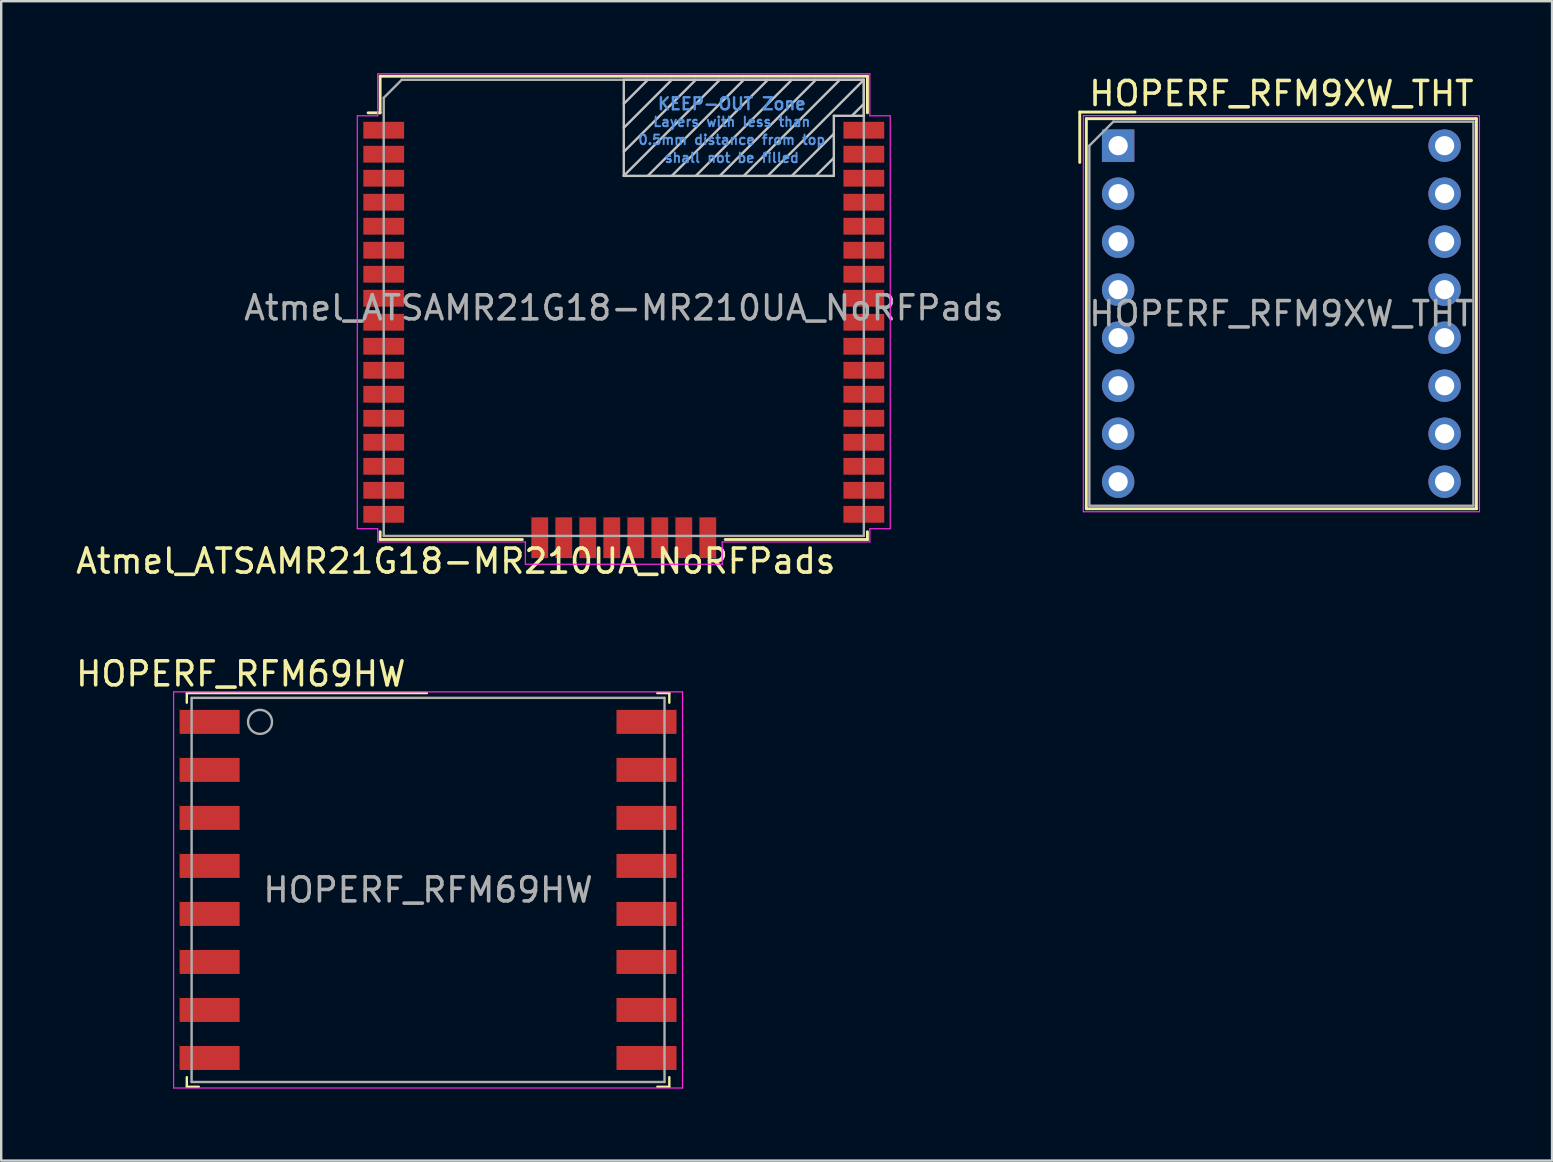
<source format=kicad_pcb>
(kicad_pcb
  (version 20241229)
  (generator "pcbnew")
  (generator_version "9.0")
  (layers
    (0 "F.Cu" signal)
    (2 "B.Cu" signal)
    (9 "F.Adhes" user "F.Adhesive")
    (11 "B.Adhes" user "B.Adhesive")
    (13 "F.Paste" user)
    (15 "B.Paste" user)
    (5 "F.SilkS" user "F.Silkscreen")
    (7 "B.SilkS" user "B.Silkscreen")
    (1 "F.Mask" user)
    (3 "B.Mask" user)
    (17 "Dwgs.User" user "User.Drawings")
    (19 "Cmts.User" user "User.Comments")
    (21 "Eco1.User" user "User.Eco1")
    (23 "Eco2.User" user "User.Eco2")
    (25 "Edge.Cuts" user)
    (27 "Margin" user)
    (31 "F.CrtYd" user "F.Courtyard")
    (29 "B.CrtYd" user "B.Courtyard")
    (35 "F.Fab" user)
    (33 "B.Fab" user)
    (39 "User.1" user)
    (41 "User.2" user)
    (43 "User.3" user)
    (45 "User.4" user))
  (footprint "Atmel_ATSAMR21G18-MR210UA_NoRFPads"
    (layer "F.Cu")
    (at 22.935 9.775)
    (property "Reference" "Atmel_ATSAMR21G18-MR210UA_NoRFPads" (at -7 10.55 0) (layer "F.SilkS") (effects (font (size 1 1) (thickness 0.15))))
    (attr smd)
    (fp_line (start -10.65 -8.125) (end -10.15 -8.125) (stroke (width 0.12) (type solid)) (layer "F.SilkS"))
    (fp_line (start -10.15 -9.65) (end -10.15 -8.125) (stroke (width 0.12) (type solid)) (layer "F.SilkS"))
    (fp_line (start -10.15 -9.65) (end 10.15 -9.65) (stroke (width 0.12) (type solid)) (layer "F.SilkS"))
    (fp_line (start -10.15 9.325) (end -10.15 9.65) (stroke (width 0.12) (type solid)) (layer "F.SilkS"))
    (fp_line (start -10.15 9.65) (end -4.225 9.65) (stroke (width 0.12) (type solid)) (layer "F.SilkS"))
    (fp_line (start 10.15 -9.65) (end 10.15 -8.125) (stroke (width 0.12) (type solid)) (layer "F.SilkS"))
    (fp_line (start 10.15 9.325) (end 10.15 9.65) (stroke (width 0.12) (type solid)) (layer "F.SilkS"))
    (fp_line (start 10.15 9.65) (end 4.225 9.65) (stroke (width 0.12) (type solid)) (layer "F.SilkS"))
    (fp_line (start 0 -9.5) (end 0 -5.5) (stroke (width 0.1) (type solid)) (layer "Dwgs.User"))
    (fp_line (start 0 -9.5) (end 10 -9.5) (stroke (width 0.1) (type solid)) (layer "Dwgs.User"))
    (fp_line (start 0 -5.5) (end 8.75 -5.5) (stroke (width 0.1) (type solid)) (layer "Dwgs.User"))
    (fp_line (start 1 -9.5) (end 0 -8.5) (stroke (width 0.1) (type solid)) (layer "Dwgs.User"))
    (fp_line (start 2 -9.5) (end 0 -7.5) (stroke (width 0.1) (type solid)) (layer "Dwgs.User"))
    (fp_line (start 3 -9.5) (end 0 -6.5) (stroke (width 0.1) (type solid)) (layer "Dwgs.User"))
    (fp_line (start 4 -9.5) (end 0 -5.5) (stroke (width 0.1) (type solid)) (layer "Dwgs.User"))
    (fp_line (start 5 -9.5) (end 1 -5.5) (stroke (width 0.1) (type solid)) (layer "Dwgs.User"))
    (fp_line (start 6 -9.5) (end 2 -5.5) (stroke (width 0.1) (type solid)) (layer "Dwgs.User"))
    (fp_line (start 7 -9.5) (end 3 -5.5) (stroke (width 0.1) (type solid)) (layer "Dwgs.User"))
    (fp_line (start 8 -9.5) (end 4 -5.5) (stroke (width 0.1) (type solid)) (layer "Dwgs.User"))
    (fp_line (start 8 -5.5) (end 8.75 -6.25) (stroke (width 0.1) (type solid)) (layer "Dwgs.User"))
    (fp_line (start 8.75 -8) (end 8.75 -5.5) (stroke (width 0.1) (type solid)) (layer "Dwgs.User"))
    (fp_line (start 8.75 -7.25) (end 7 -5.5) (stroke (width 0.1) (type solid)) (layer "Dwgs.User"))
    (fp_line (start 9 -9.5) (end 5 -5.5) (stroke (width 0.1) (type solid)) (layer "Dwgs.User"))
    (fp_line (start 9.5 -8) (end 10 -8.5) (stroke (width 0.1) (type solid)) (layer "Dwgs.User"))
    (fp_line (start 10 -9.5) (end 6 -5.5) (stroke (width 0.1) (type solid)) (layer "Dwgs.User"))
    (fp_line (start 10 -9.5) (end 10 -8) (stroke (width 0.1) (type solid)) (layer "Dwgs.User"))
    (fp_line (start 10 -8) (end 8.75 -8) (stroke (width 0.1) (type solid)) (layer "Dwgs.User"))
    (fp_line (start -11.1 -8) (end -11.1 9.2) (stroke (width 0.05) (type solid)) (layer "F.CrtYd"))
    (fp_line (start -10.25 -9.75) (end 10.25 -9.75) (stroke (width 0.05) (type solid)) (layer "F.CrtYd"))
    (fp_line (start -10.25 -8) (end -11.1 -8) (stroke (width 0.05) (type solid)) (layer "F.CrtYd"))
    (fp_line (start -10.25 -8) (end -10.25 -9.75) (stroke (width 0.05) (type solid)) (layer "F.CrtYd"))
    (fp_line (start -10.25 9.2) (end -11.1 9.2) (stroke (width 0.05) (type solid)) (layer "F.CrtYd"))
    (fp_line (start -10.25 9.2) (end -10.25 9.75) (stroke (width 0.05) (type solid)) (layer "F.CrtYd"))
    (fp_line (start -10.25 9.75) (end -4.1 9.75) (stroke (width 0.05) (type solid)) (layer "F.CrtYd"))
    (fp_line (start -4.1 10.68) (end -4.1 9.75) (stroke (width 0.05) (type solid)) (layer "F.CrtYd"))
    (fp_line (start 0 10.68) (end -4.1 10.68) (stroke (width 0.05) (type solid)) (layer "F.CrtYd"))
    (fp_line (start 0 10.68) (end 4.1 10.68) (stroke (width 0.05) (type solid)) (layer "F.CrtYd"))
    (fp_line (start 4.1 10.68) (end 4.1 9.75) (stroke (width 0.05) (type solid)) (layer "F.CrtYd"))
    (fp_line (start 10.25 -9.75) (end 10.25 -8) (stroke (width 0.05) (type solid)) (layer "F.CrtYd"))
    (fp_line (start 10.25 -8) (end 11.1 -8) (stroke (width 0.05) (type solid)) (layer "F.CrtYd"))
    (fp_line (start 10.25 9.2) (end 10.25 9.75) (stroke (width 0.05) (type solid)) (layer "F.CrtYd"))
    (fp_line (start 10.25 9.2) (end 11.1 9.2) (stroke (width 0.05) (type solid)) (layer "F.CrtYd"))
    (fp_line (start 10.25 9.75) (end 4.1 9.75) (stroke (width 0.05) (type solid)) (layer "F.CrtYd"))
    (fp_line (start 11.1 -8) (end 11.1 9.2) (stroke (width 0.05) (type solid)) (layer "F.CrtYd"))
    (fp_line (start -10 -8.75) (end -10 9.5) (stroke (width 0.1) (type solid)) (layer "F.Fab"))
    (fp_line (start -10 -8.75) (end -9.25 -9.5) (stroke (width 0.1) (type solid)) (layer "F.Fab"))
    (fp_line (start -10 9.5) (end 10 9.5) (stroke (width 0.1) (type solid)) (layer "F.Fab"))
    (fp_line (start 10 -9.5) (end -9.25 -9.5) (stroke (width 0.1) (type solid)) (layer "F.Fab"))
    (fp_line (start 10 9.5) (end 10 -9.5) (stroke (width 0.1) (type solid)) (layer "F.Fab"))
    (fp_text user "KEEP-OUT Zone" (at 4.5 -8.5 0) (layer "Cmts.User") (effects (font (size 0.5 0.5) (thickness 0.1))))
    (fp_text user "Layers with less than" (at 4.5 -7.75 0) (layer "Cmts.User") (effects (font (size 0.4 0.4) (thickness 0.08))))
    (fp_text user "shall not be filled" (at 4.5 -6.25 0) (layer "Cmts.User") (effects (font (size 0.4 0.4) (thickness 0.08))))
    (fp_text user "0.5mm distance from top" (at 4.5 -7 0) (layer "Cmts.User") (effects (font (size 0.4 0.4) (thickness 0.08))))
    (fp_text user "${REFERENCE}" (at 0 0 0) (layer "F.Fab") (effects (font (size 1 1) (thickness 0.15))))
    (pad "1" smd rect (at -10 -7.4) (size 1.7 0.7) (layers "F.Cu" "F.Mask" "F.Paste"))
    (pad "2" smd rect (at -10 -6.4) (size 1.7 0.7) (layers "F.Cu" "F.Mask" "F.Paste"))
    (pad "3" smd rect (at -10 -5.4) (size 1.7 0.7) (layers "F.Cu" "F.Mask" "F.Paste"))
    (pad "4" smd rect (at -10 -4.4) (size 1.7 0.7) (layers "F.Cu" "F.Mask" "F.Paste"))
    (pad "5" smd rect (at -10 -3.4) (size 1.7 0.7) (layers "F.Cu" "F.Mask" "F.Paste"))
    (pad "6" smd rect (at -10 -2.4) (size 1.7 0.7) (layers "F.Cu" "F.Mask" "F.Paste"))
    (pad "7" smd rect (at -10 -1.4) (size 1.7 0.7) (layers "F.Cu" "F.Mask" "F.Paste"))
    (pad "8" smd rect (at -10 -0.4) (size 1.7 0.7) (layers "F.Cu" "F.Mask" "F.Paste"))
    (pad "9" smd rect (at -10 0.6) (size 1.7 0.7) (layers "F.Cu" "F.Mask" "F.Paste"))
    (pad "10" smd rect (at -10 1.6) (size 1.7 0.7) (layers "F.Cu" "F.Mask" "F.Paste"))
    (pad "11" smd rect (at -10 2.6) (size 1.7 0.7) (layers "F.Cu" "F.Mask" "F.Paste"))
    (pad "12" smd rect (at -10 3.6) (size 1.7 0.7) (layers "F.Cu" "F.Mask" "F.Paste"))
    (pad "13" smd rect (at -10 4.6) (size 1.7 0.7) (layers "F.Cu" "F.Mask" "F.Paste"))
    (pad "14" smd rect (at -10 5.6) (size 1.7 0.7) (layers "F.Cu" "F.Mask" "F.Paste"))
    (pad "15" smd rect (at -10 6.6) (size 1.7 0.7) (layers "F.Cu" "F.Mask" "F.Paste"))
    (pad "16" smd rect (at -10 7.6) (size 1.7 0.7) (layers "F.Cu" "F.Mask" "F.Paste"))
    (pad "17" smd rect (at -10 8.6) (size 1.7 0.7) (layers "F.Cu" "F.Mask" "F.Paste"))
    (pad "18" smd rect (at -3.5 9.575) (size 0.7 1.7) (layers "F.Cu" "F.Mask" "F.Paste"))
    (pad "19" smd rect (at -2.5 9.575) (size 0.7 1.7) (layers "F.Cu" "F.Mask" "F.Paste"))
    (pad "20" smd rect (at -1.5 9.575) (size 0.7 1.7) (layers "F.Cu" "F.Mask" "F.Paste"))
    (pad "21" smd rect (at -0.5 9.575) (size 0.7 1.7) (layers "F.Cu" "F.Mask" "F.Paste"))
    (pad "22" smd rect (at 0.5 9.575) (size 0.7 1.7) (layers "F.Cu" "F.Mask" "F.Paste"))
    (pad "23" smd rect (at 1.5 9.575) (size 0.7 1.7) (layers "F.Cu" "F.Mask" "F.Paste"))
    (pad "24" smd rect (at 2.5 9.575) (size 0.7 1.7) (layers "F.Cu" "F.Mask" "F.Paste"))
    (pad "25" smd rect (at 3.5 9.575) (size 0.7 1.7) (layers "F.Cu" "F.Mask" "F.Paste"))
    (pad "26" smd rect (at 10 8.6) (size 1.7 0.7) (layers "F.Cu" "F.Mask" "F.Paste"))
    (pad "27" smd rect (at 10 7.6) (size 1.7 0.7) (layers "F.Cu" "F.Mask" "F.Paste"))
    (pad "28" smd rect (at 10 6.6) (size 1.7 0.7) (layers "F.Cu" "F.Mask" "F.Paste"))
    (pad "29" smd rect (at 10 5.6) (size 1.7 0.7) (layers "F.Cu" "F.Mask" "F.Paste"))
    (pad "30" smd rect (at 10 4.6) (size 1.7 0.7) (layers "F.Cu" "F.Mask" "F.Paste"))
    (pad "31" smd rect (at 10 3.6) (size 1.7 0.7) (layers "F.Cu" "F.Mask" "F.Paste"))
    (pad "32" smd rect (at 10 2.6) (size 1.7 0.7) (layers "F.Cu" "F.Mask" "F.Paste"))
    (pad "33" smd rect (at 10 1.6) (size 1.7 0.7) (layers "F.Cu" "F.Mask" "F.Paste"))
    (pad "34" smd rect (at 10 0.6) (size 1.7 0.7) (layers "F.Cu" "F.Mask" "F.Paste"))
    (pad "35" smd rect (at 10 -0.4) (size 1.7 0.7) (layers "F.Cu" "F.Mask" "F.Paste"))
    (pad "36" smd rect (at 10 -1.4) (size 1.7 0.7) (layers "F.Cu" "F.Mask" "F.Paste"))
    (pad "37" smd rect (at 10 -2.4) (size 1.7 0.7) (layers "F.Cu" "F.Mask" "F.Paste"))
    (pad "38" smd rect (at 10 -3.4) (size 1.7 0.7) (layers "F.Cu" "F.Mask" "F.Paste"))
    (pad "39" smd rect (at 10 -4.4) (size 1.7 0.7) (layers "F.Cu" "F.Mask" "F.Paste"))
    (pad "40" smd rect (at 10 -5.4) (size 1.7 0.7) (layers "F.Cu" "F.Mask" "F.Paste"))
    (pad "41" smd rect (at 10 -6.4) (size 1.7 0.7) (layers "F.Cu" "F.Mask" "F.Paste"))
    (pad "42" smd rect (at 10 -7.4) (size 1.7 0.7) (layers "F.Cu" "F.Mask" "F.Paste")))
  (footprint "HOPERF_RFM9XW_THT"
    (layer "F.Cu")
    (at 43.529 3.018)
    (property "Reference" "HOPERF_RFM9XW_THT" (at 6.8 -2.17 0) (layer "F.SilkS") (effects (font (size 1 1) (thickness 0.15))))
    (attr through_hole)
    (fp_line (start -1.6 -1.4) (end 0.7 -1.4) (stroke (width 0.12) (type solid)) (layer "F.SilkS"))
    (fp_line (start -1.6 0.7) (end -1.6 -1.4) (stroke (width 0.12) (type solid)) (layer "F.SilkS"))
    (fp_line (start -1.325 -1.125) (end 14.925 -1.125) (stroke (width 0.12) (type solid)) (layer "F.SilkS"))
    (fp_line (start -1.325 15.125) (end -1.325 -1.125) (stroke (width 0.12) (type solid)) (layer "F.SilkS"))
    (fp_line (start 14.925 -1.125) (end 14.925 15.125) (stroke (width 0.12) (type solid)) (layer "F.SilkS"))
    (fp_line (start 14.925 15.125) (end -1.325 15.125) (stroke (width 0.12) (type solid)) (layer "F.SilkS"))
    (fp_line (start -1.45 -1.25) (end 15.05 -1.25) (stroke (width 0.05) (type solid)) (layer "F.CrtYd"))
    (fp_line (start -1.45 15.25) (end -1.45 -1.25) (stroke (width 0.05) (type solid)) (layer "F.CrtYd"))
    (fp_line (start 15.05 -1.25) (end 15.05 15.25) (stroke (width 0.05) (type solid)) (layer "F.CrtYd"))
    (fp_line (start 15.05 15.25) (end -1.45 15.25) (stroke (width 0.05) (type solid)) (layer "F.CrtYd"))
    (fp_line (start -1.2 0) (end -0.2 -1) (stroke (width 0.1) (type solid)) (layer "F.Fab"))
    (fp_line (start -1.2 15) (end -1.2 0) (stroke (width 0.1) (type solid)) (layer "F.Fab"))
    (fp_line (start -0.2 -1) (end 14.8 -1) (stroke (width 0.1) (type solid)) (layer "F.Fab"))
    (fp_line (start 14.8 -1) (end 14.8 15) (stroke (width 0.1) (type solid)) (layer "F.Fab"))
    (fp_line (start 14.8 15) (end -1.2 15) (stroke (width 0.1) (type solid)) (layer "F.Fab"))
    (fp_text user "${REFERENCE}" (at 6.8 7 0) (layer "F.Fab") (effects (font (size 1 1) (thickness 0.15))))
    (pad "1" thru_hole rect (at 0 0) (size 1.35 1.35) (drill 0.8) (layers "*.Cu" "*.Mask"))
    (pad "2" thru_hole circle (at 0 2) (size 1.35 1.35) (drill 0.8) (layers "*.Cu" "*.Mask"))
    (pad "3" thru_hole circle (at 0 4) (size 1.35 1.35) (drill 0.8) (layers "*.Cu" "*.Mask"))
    (pad "4" thru_hole circle (at 0 6) (size 1.35 1.35) (drill 0.8) (layers "*.Cu" "*.Mask"))
    (pad "5" thru_hole circle (at 0 8) (size 1.35 1.35) (drill 0.8) (layers "*.Cu" "*.Mask"))
    (pad "6" thru_hole circle (at 0 10) (size 1.35 1.35) (drill 0.8) (layers "*.Cu" "*.Mask"))
    (pad "7" thru_hole circle (at 0 12) (size 1.35 1.35) (drill 0.8) (layers "*.Cu" "*.Mask"))
    (pad "8" thru_hole circle (at 0 14) (size 1.35 1.35) (drill 0.8) (layers "*.Cu" "*.Mask"))
    (pad "9" thru_hole circle (at 13.6 14) (size 1.35 1.35) (drill 0.8) (layers "*.Cu" "*.Mask"))
    (pad "10" thru_hole circle (at 13.6 12) (size 1.35 1.35) (drill 0.8) (layers "*.Cu" "*.Mask"))
    (pad "11" thru_hole circle (at 13.6 10) (size 1.35 1.35) (drill 0.8) (layers "*.Cu" "*.Mask"))
    (pad "12" thru_hole circle (at 13.6 8) (size 1.35 1.35) (drill 0.8) (layers "*.Cu" "*.Mask"))
    (pad "13" thru_hole circle (at 13.6 6) (size 1.35 1.35) (drill 0.8) (layers "*.Cu" "*.Mask"))
    (pad "14" thru_hole circle (at 13.6 4) (size 1.35 1.35) (drill 0.8) (layers "*.Cu" "*.Mask"))
    (pad "15" thru_hole circle (at 13.6 2) (size 1.35 1.35) (drill 0.8) (layers "*.Cu" "*.Mask"))
    (pad "16" thru_hole circle (at 13.6 0) (size 1.35 1.35) (drill 0.8) (layers "*.Cu" "*.Mask")))
  (footprint "HOPERF_RFM69HW"
    (layer "F.Cu")
    (at 14.782 34.022)
    (property "Reference" "HOPERF_RFM69HW" (at -7.8 -9 0) (layer "F.SilkS") (effects (font (size 1 1) (thickness 0.15))))
    (attr smd)
    (fp_line (start -10.05 -8.2) (end -10.05 -7.8) (stroke (width 0.1) (type solid)) (layer "F.SilkS"))
    (fp_line (start -10.05 -8.2) (end -0.05 -8.2) (stroke (width 0.1) (type solid)) (layer "F.SilkS"))
    (fp_line (start -10.05 7.8) (end -10.05 8.2) (stroke (width 0.1) (type solid)) (layer "F.SilkS"))
    (fp_line (start -10.05 8.2) (end -9.55 8.2) (stroke (width 0.1) (type solid)) (layer "F.SilkS"))
    (fp_line (start 9.55 -8.2) (end 10.05 -8.2) (stroke (width 0.1) (type solid)) (layer "F.SilkS"))
    (fp_line (start 9.55 8.2) (end 10.05 8.2) (stroke (width 0.1) (type solid)) (layer "F.SilkS"))
    (fp_line (start 10.05 -8.2) (end 10.05 -7.8) (stroke (width 0.1) (type solid)) (layer "F.SilkS"))
    (fp_line (start 10.05 7.8) (end 10.05 8.2) (stroke (width 0.1) (type solid)) (layer "F.SilkS"))
    (fp_line (start -10.6 -8.25) (end 10.6 -8.25) (stroke (width 0.05) (type solid)) (layer "F.CrtYd"))
    (fp_line (start -10.6 8.25) (end -10.6 -8.25) (stroke (width 0.05) (type solid)) (layer "F.CrtYd"))
    (fp_line (start 10.6 -8.25) (end 10.6 8.25) (stroke (width 0.05) (type solid)) (layer "F.CrtYd"))
    (fp_line (start 10.6 8.25) (end -10.6 8.25) (stroke (width 0.05) (type solid)) (layer "F.CrtYd"))
    (fp_line (start -9.85 -8) (end 9.85 -8) (stroke (width 0.1) (type solid)) (layer "F.Fab"))
    (fp_line (start -9.85 8) (end -9.85 -8) (stroke (width 0.1) (type solid)) (layer "F.Fab"))
    (fp_line (start 9.85 -8) (end 9.85 8) (stroke (width 0.1) (type solid)) (layer "F.Fab"))
    (fp_line (start 9.85 8) (end -9.85 8) (stroke (width 0.1) (type solid)) (layer "F.Fab"))
    (fp_circle (center -7 -7) (end -7.5 -7) (stroke (width 0.1) (type solid)) (fill no) (layer "F.Fab"))
    (fp_text user "${REFERENCE}" (at 0 0 0) (layer "F.Fab") (effects (font (size 1 1) (thickness 0.15))))
    (pad "1" smd rect (at -9.1 -7) (size 2.5 1) (layers "F.Cu" "F.Mask" "F.Paste"))
    (pad "2" smd rect (at -9.1 -5) (size 2.5 1) (layers "F.Cu" "F.Mask" "F.Paste"))
    (pad "3" smd rect (at -9.1 -3) (size 2.5 1) (layers "F.Cu" "F.Mask" "F.Paste"))
    (pad "4" smd rect (at -9.1 -1) (size 2.5 1) (layers "F.Cu" "F.Mask" "F.Paste"))
    (pad "5" smd rect (at -9.1 1) (size 2.5 1) (layers "F.Cu" "F.Mask" "F.Paste"))
    (pad "6" smd rect (at -9.1 3) (size 2.5 1) (layers "F.Cu" "F.Mask" "F.Paste"))
    (pad "7" smd rect (at -9.1 5) (size 2.5 1) (layers "F.Cu" "F.Mask" "F.Paste"))
    (pad "8" smd rect (at -9.1 7) (size 2.5 1) (layers "F.Cu" "F.Mask" "F.Paste"))
    (pad "9" smd rect (at 9.1 7) (size 2.5 1) (layers "F.Cu" "F.Mask" "F.Paste"))
    (pad "10" smd rect (at 9.1 5) (size 2.5 1) (layers "F.Cu" "F.Mask" "F.Paste"))
    (pad "11" smd rect (at 9.1 3) (size 2.5 1) (layers "F.Cu" "F.Mask" "F.Paste"))
    (pad "12" smd rect (at 9.1 1) (size 2.5 1) (layers "F.Cu" "F.Mask" "F.Paste"))
    (pad "13" smd rect (at 9.1 -1) (size 2.5 1) (layers "F.Cu" "F.Mask" "F.Paste"))
    (pad "14" smd rect (at 9.1 -3) (size 2.5 1) (layers "F.Cu" "F.Mask" "F.Paste"))
    (pad "15" smd rect (at 9.1 -5) (size 2.5 1) (layers "F.Cu" "F.Mask" "F.Paste"))
    (pad "16" smd rect (at 9.1 -7) (size 2.5 1) (layers "F.Cu" "F.Mask" "F.Paste")))
  (gr_rect
    (start -3 -3)
    (end 61.604 45.297)
    (stroke (width 0.1) (type default))
    (fill no)
    (layer "Edge.Cuts")))
</source>
